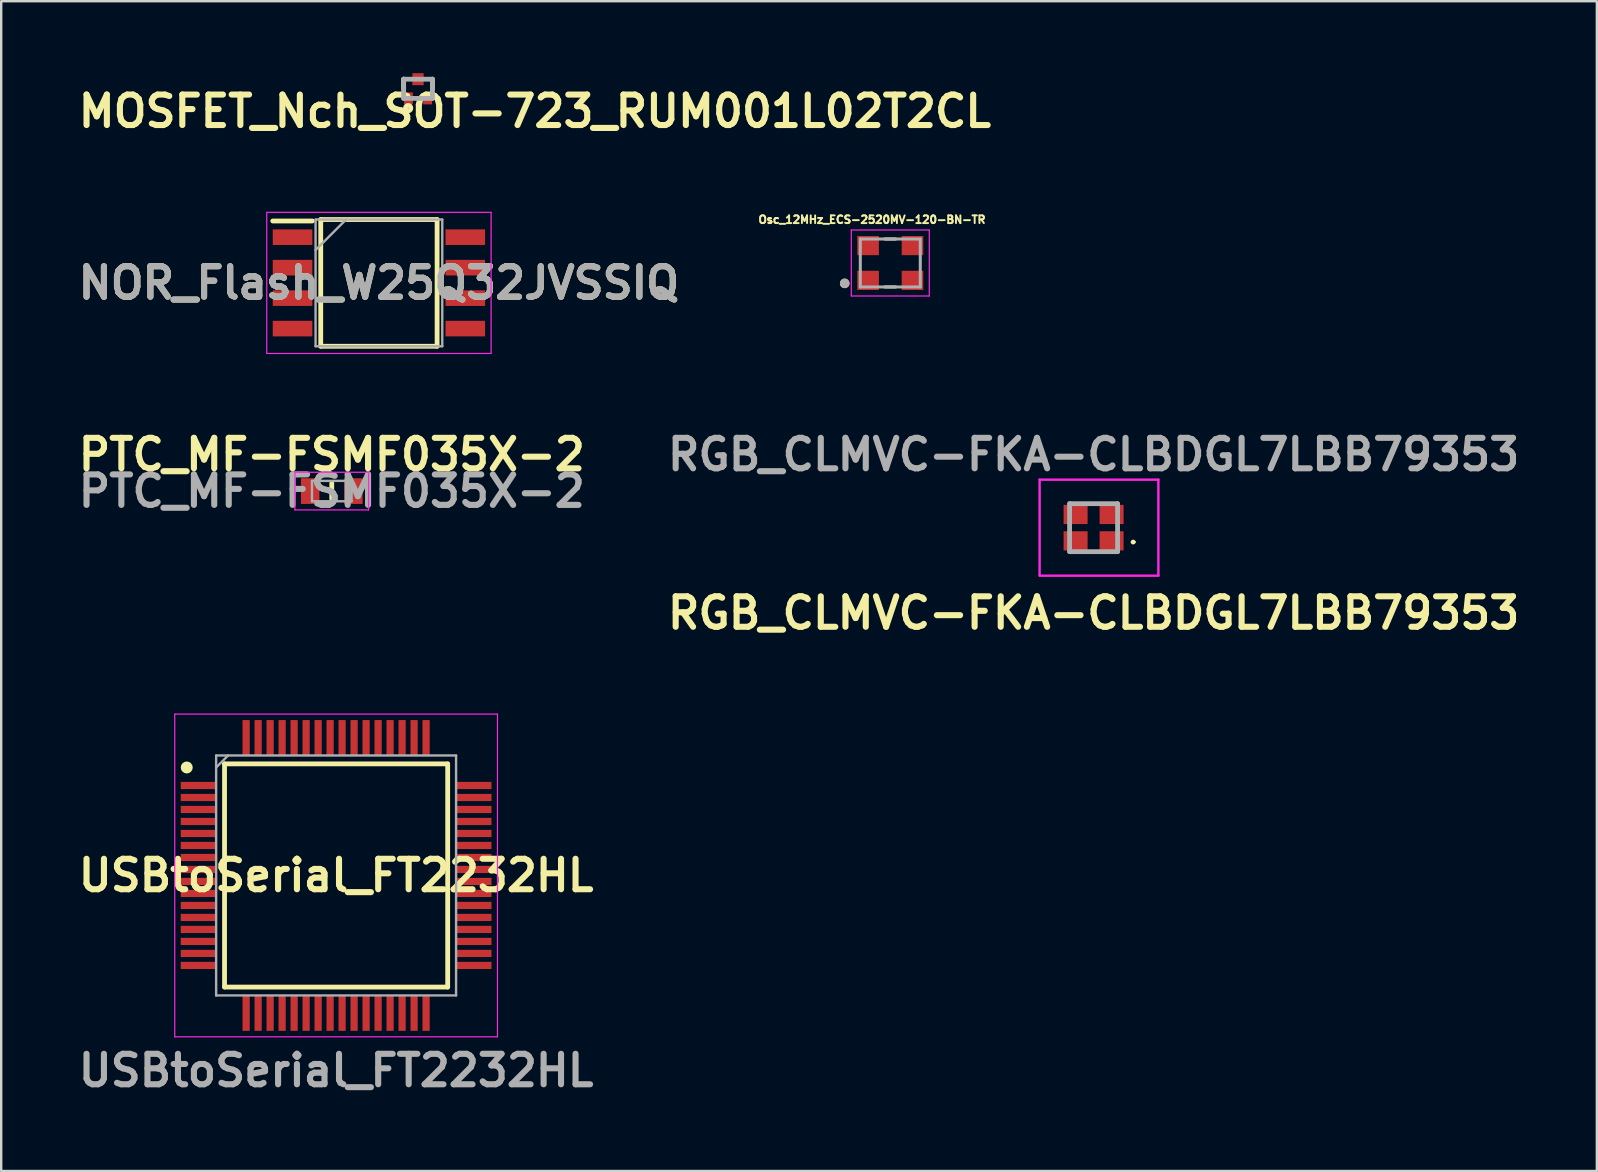
<source format=kicad_pcb>
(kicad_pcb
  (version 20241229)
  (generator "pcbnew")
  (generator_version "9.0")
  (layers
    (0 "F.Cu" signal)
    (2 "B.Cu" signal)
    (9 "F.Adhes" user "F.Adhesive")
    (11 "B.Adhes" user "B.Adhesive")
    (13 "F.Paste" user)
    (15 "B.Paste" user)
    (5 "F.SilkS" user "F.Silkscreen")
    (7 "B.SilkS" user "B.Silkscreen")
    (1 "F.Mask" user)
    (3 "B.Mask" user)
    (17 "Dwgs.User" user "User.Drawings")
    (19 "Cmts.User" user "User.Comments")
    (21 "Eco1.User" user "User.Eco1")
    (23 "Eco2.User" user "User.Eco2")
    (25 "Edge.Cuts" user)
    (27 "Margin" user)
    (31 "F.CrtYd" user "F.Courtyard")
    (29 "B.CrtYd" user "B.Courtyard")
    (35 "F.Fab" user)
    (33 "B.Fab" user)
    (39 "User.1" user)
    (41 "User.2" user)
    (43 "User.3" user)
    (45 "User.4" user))
  (footprint "Osc_12MHz_ECS-2520MV-120-BN-TR"
    (layer "F.Cu")
    (at 34.054 7.91)
    (property "Reference" "Osc_12MHz_ECS-2520MV-120-BN-TR" (at -0.763 -1.807 0) (layer "F.SilkS") (effects (font (size 0.321 0.321) (thickness 0.15))))
    (attr through_hole)
    (fp_line (start -0.221 -1) (end 0.221 -1) (stroke (width 0.127) (type solid)) (layer "F.SilkS"))
    (fp_line (start -0.221 1) (end 0.221 1) (stroke (width 0.127) (type solid)) (layer "F.SilkS"))
    (fp_circle (center -1.9 0.85) (end -1.8 0.85) (stroke (width 0.2) (type solid)) (fill no) (layer "F.SilkS"))
    (fp_line (start -1.625 -1.375) (end 1.625 -1.375) (stroke (width 0.05) (type solid)) (layer "F.CrtYd"))
    (fp_line (start -1.625 1.375) (end -1.625 -1.375) (stroke (width 0.05) (type solid)) (layer "F.CrtYd"))
    (fp_line (start 1.625 -1.375) (end 1.625 1.375) (stroke (width 0.05) (type solid)) (layer "F.CrtYd"))
    (fp_line (start 1.625 1.375) (end -1.625 1.375) (stroke (width 0.05) (type solid)) (layer "F.CrtYd"))
    (fp_line (start -1.25 -1) (end 1.25 -1) (stroke (width 0.127) (type solid)) (layer "F.Fab"))
    (fp_line (start -1.25 1) (end -1.25 -1) (stroke (width 0.127) (type solid)) (layer "F.Fab"))
    (fp_line (start 1.25 -1) (end 1.25 1) (stroke (width 0.127) (type solid)) (layer "F.Fab"))
    (fp_line (start 1.25 1) (end -1.25 1) (stroke (width 0.127) (type solid)) (layer "F.Fab"))
    (fp_circle (center -1.9 0.85) (end -1.8 0.85) (stroke (width 0.2) (type solid)) (fill no) (layer "F.Fab"))
    (pad "1" smd rect (at -0.925 0.725) (size 0.9 0.8) (layers "F.Cu" "F.Mask" "F.Paste"))
    (pad "2" smd rect (at 0.925 0.725) (size 0.9 0.8) (layers "F.Cu" "F.Mask" "F.Paste"))
    (pad "3" smd rect (at 0.925 -0.725) (size 0.9 0.8) (layers "F.Cu" "F.Mask" "F.Paste"))
    (pad "4" smd rect (at -0.925 -0.725) (size 0.9 0.8) (layers "F.Cu" "F.Mask" "F.Paste")))
  (footprint "USBtoSerial_FT2232HL"
    (layer "F.Cu")
    (at 10.958 33.436)
    (property "Reference" "USBtoSerial_FT2232HL" (at 0 0 0) (layer "F.SilkS") (effects (font (size 1.27 1.27) (thickness 0.254))))
    (attr smd)
    (fp_line (start -4.65 -4.65) (end 4.65 -4.65) (stroke (width 0.2) (type solid)) (layer "F.SilkS"))
    (fp_line (start -4.65 4.65) (end -4.65 -4.65) (stroke (width 0.2) (type solid)) (layer "F.SilkS"))
    (fp_line (start 4.65 -4.65) (end 4.65 4.65) (stroke (width 0.2) (type solid)) (layer "F.SilkS"))
    (fp_line (start 4.65 4.65) (end -4.65 4.65) (stroke (width 0.2) (type solid)) (layer "F.SilkS"))
    (fp_circle (center -6.225 -4.5) (end -6.225 -4.375) (stroke (width 0.25) (type solid)) (fill no) (layer "F.SilkS"))
    (fp_line (start -6.725 -6.725) (end 6.725 -6.725) (stroke (width 0.05) (type solid)) (layer "F.CrtYd"))
    (fp_line (start -6.725 6.725) (end -6.725 -6.725) (stroke (width 0.05) (type solid)) (layer "F.CrtYd"))
    (fp_line (start 6.725 -6.725) (end 6.725 6.725) (stroke (width 0.05) (type solid)) (layer "F.CrtYd"))
    (fp_line (start 6.725 6.725) (end -6.725 6.725) (stroke (width 0.05) (type solid)) (layer "F.CrtYd"))
    (fp_line (start -5 -5) (end 5 -5) (stroke (width 0.1) (type solid)) (layer "F.Fab"))
    (fp_line (start -5 -4.5) (end -4.5 -5) (stroke (width 0.1) (type solid)) (layer "F.Fab"))
    (fp_line (start -5 5) (end -5 -5) (stroke (width 0.1) (type solid)) (layer "F.Fab"))
    (fp_line (start 5 -5) (end 5 5) (stroke (width 0.1) (type solid)) (layer "F.Fab"))
    (fp_line (start 5 5) (end -5 5) (stroke (width 0.1) (type solid)) (layer "F.Fab"))
    (fp_text user "${REFERENCE}" (at 0 8.128 0) (layer "F.Fab") (effects (font (size 1.27 1.27) (thickness 0.254))))
    (pad "1" smd rect (at -5.738 -3.75 90) (size 0.3 1.475) (layers "F.Cu" "F.Mask" "F.Paste"))
    (pad "2" smd rect (at -5.738 -3.25 90) (size 0.3 1.475) (layers "F.Cu" "F.Mask" "F.Paste"))
    (pad "3" smd rect (at -5.738 -2.75 90) (size 0.3 1.475) (layers "F.Cu" "F.Mask" "F.Paste"))
    (pad "4" smd rect (at -5.738 -2.25 90) (size 0.3 1.475) (layers "F.Cu" "F.Mask" "F.Paste"))
    (pad "5" smd rect (at -5.738 -1.75 90) (size 0.3 1.475) (layers "F.Cu" "F.Mask" "F.Paste"))
    (pad "6" smd rect (at -5.738 -1.25 90) (size 0.3 1.475) (layers "F.Cu" "F.Mask" "F.Paste"))
    (pad "7" smd rect (at -5.738 -0.75 90) (size 0.3 1.475) (layers "F.Cu" "F.Mask" "F.Paste"))
    (pad "8" smd rect (at -5.738 -0.25 90) (size 0.3 1.475) (layers "F.Cu" "F.Mask" "F.Paste"))
    (pad "9" smd rect (at -5.738 0.25 90) (size 0.3 1.475) (layers "F.Cu" "F.Mask" "F.Paste"))
    (pad "10" smd rect (at -5.738 0.75 90) (size 0.3 1.475) (layers "F.Cu" "F.Mask" "F.Paste"))
    (pad "11" smd rect (at -5.738 1.25 90) (size 0.3 1.475) (layers "F.Cu" "F.Mask" "F.Paste"))
    (pad "12" smd rect (at -5.738 1.75 90) (size 0.3 1.475) (layers "F.Cu" "F.Mask" "F.Paste"))
    (pad "13" smd rect (at -5.738 2.25 90) (size 0.3 1.475) (layers "F.Cu" "F.Mask" "F.Paste"))
    (pad "14" smd rect (at -5.738 2.75 90) (size 0.3 1.475) (layers "F.Cu" "F.Mask" "F.Paste"))
    (pad "15" smd rect (at -5.738 3.25 90) (size 0.3 1.475) (layers "F.Cu" "F.Mask" "F.Paste"))
    (pad "16" smd rect (at -5.738 3.75 90) (size 0.3 1.475) (layers "F.Cu" "F.Mask" "F.Paste"))
    (pad "17" smd rect (at -3.75 5.738) (size 0.3 1.475) (layers "F.Cu" "F.Mask" "F.Paste"))
    (pad "18" smd rect (at -3.25 5.738) (size 0.3 1.475) (layers "F.Cu" "F.Mask" "F.Paste"))
    (pad "19" smd rect (at -2.75 5.738) (size 0.3 1.475) (layers "F.Cu" "F.Mask" "F.Paste"))
    (pad "20" smd rect (at -2.25 5.738) (size 0.3 1.475) (layers "F.Cu" "F.Mask" "F.Paste"))
    (pad "21" smd rect (at -1.75 5.738) (size 0.3 1.475) (layers "F.Cu" "F.Mask" "F.Paste"))
    (pad "22" smd rect (at -1.25 5.738) (size 0.3 1.475) (layers "F.Cu" "F.Mask" "F.Paste"))
    (pad "23" smd rect (at -0.75 5.738) (size 0.3 1.475) (layers "F.Cu" "F.Mask" "F.Paste"))
    (pad "24" smd rect (at -0.25 5.738) (size 0.3 1.475) (layers "F.Cu" "F.Mask" "F.Paste"))
    (pad "25" smd rect (at 0.25 5.738) (size 0.3 1.475) (layers "F.Cu" "F.Mask" "F.Paste"))
    (pad "26" smd rect (at 0.75 5.738) (size 0.3 1.475) (layers "F.Cu" "F.Mask" "F.Paste"))
    (pad "27" smd rect (at 1.25 5.738) (size 0.3 1.475) (layers "F.Cu" "F.Mask" "F.Paste"))
    (pad "28" smd rect (at 1.75 5.738) (size 0.3 1.475) (layers "F.Cu" "F.Mask" "F.Paste"))
    (pad "29" smd rect (at 2.25 5.738) (size 0.3 1.475) (layers "F.Cu" "F.Mask" "F.Paste"))
    (pad "30" smd rect (at 2.75 5.738) (size 0.3 1.475) (layers "F.Cu" "F.Mask" "F.Paste"))
    (pad "31" smd rect (at 3.25 5.738) (size 0.3 1.475) (layers "F.Cu" "F.Mask" "F.Paste"))
    (pad "32" smd rect (at 3.75 5.738) (size 0.3 1.475) (layers "F.Cu" "F.Mask" "F.Paste"))
    (pad "33" smd rect (at 5.738 3.75 90) (size 0.3 1.475) (layers "F.Cu" "F.Mask" "F.Paste"))
    (pad "34" smd rect (at 5.738 3.25 90) (size 0.3 1.475) (layers "F.Cu" "F.Mask" "F.Paste"))
    (pad "35" smd rect (at 5.738 2.75 90) (size 0.3 1.475) (layers "F.Cu" "F.Mask" "F.Paste"))
    (pad "36" smd rect (at 5.738 2.25 90) (size 0.3 1.475) (layers "F.Cu" "F.Mask" "F.Paste"))
    (pad "37" smd rect (at 5.738 1.75 90) (size 0.3 1.475) (layers "F.Cu" "F.Mask" "F.Paste"))
    (pad "38" smd rect (at 5.738 1.25 90) (size 0.3 1.475) (layers "F.Cu" "F.Mask" "F.Paste"))
    (pad "39" smd rect (at 5.738 0.75 90) (size 0.3 1.475) (layers "F.Cu" "F.Mask" "F.Paste"))
    (pad "40" smd rect (at 5.738 0.25 90) (size 0.3 1.475) (layers "F.Cu" "F.Mask" "F.Paste"))
    (pad "41" smd rect (at 5.738 -0.25 90) (size 0.3 1.475) (layers "F.Cu" "F.Mask" "F.Paste"))
    (pad "42" smd rect (at 5.738 -0.75 90) (size 0.3 1.475) (layers "F.Cu" "F.Mask" "F.Paste"))
    (pad "43" smd rect (at 5.738 -1.25 90) (size 0.3 1.475) (layers "F.Cu" "F.Mask" "F.Paste"))
    (pad "44" smd rect (at 5.738 -1.75 90) (size 0.3 1.475) (layers "F.Cu" "F.Mask" "F.Paste"))
    (pad "45" smd rect (at 5.738 -2.25 90) (size 0.3 1.475) (layers "F.Cu" "F.Mask" "F.Paste"))
    (pad "46" smd rect (at 5.738 -2.75 90) (size 0.3 1.475) (layers "F.Cu" "F.Mask" "F.Paste"))
    (pad "47" smd rect (at 5.738 -3.25 90) (size 0.3 1.475) (layers "F.Cu" "F.Mask" "F.Paste"))
    (pad "48" smd rect (at 5.738 -3.75 90) (size 0.3 1.475) (layers "F.Cu" "F.Mask" "F.Paste"))
    (pad "49" smd rect (at 3.75 -5.738) (size 0.3 1.475) (layers "F.Cu" "F.Mask" "F.Paste"))
    (pad "50" smd rect (at 3.25 -5.738) (size 0.3 1.475) (layers "F.Cu" "F.Mask" "F.Paste"))
    (pad "51" smd rect (at 2.75 -5.738) (size 0.3 1.475) (layers "F.Cu" "F.Mask" "F.Paste"))
    (pad "52" smd rect (at 2.25 -5.738) (size 0.3 1.475) (layers "F.Cu" "F.Mask" "F.Paste"))
    (pad "53" smd rect (at 1.75 -5.738) (size 0.3 1.475) (layers "F.Cu" "F.Mask" "F.Paste"))
    (pad "54" smd rect (at 1.25 -5.738) (size 0.3 1.475) (layers "F.Cu" "F.Mask" "F.Paste"))
    (pad "55" smd rect (at 0.75 -5.738) (size 0.3 1.475) (layers "F.Cu" "F.Mask" "F.Paste"))
    (pad "56" smd rect (at 0.25 -5.738) (size 0.3 1.475) (layers "F.Cu" "F.Mask" "F.Paste"))
    (pad "57" smd rect (at -0.25 -5.738) (size 0.3 1.475) (layers "F.Cu" "F.Mask" "F.Paste"))
    (pad "58" smd rect (at -0.75 -5.738) (size 0.3 1.475) (layers "F.Cu" "F.Mask" "F.Paste"))
    (pad "59" smd rect (at -1.25 -5.738) (size 0.3 1.475) (layers "F.Cu" "F.Mask" "F.Paste"))
    (pad "60" smd rect (at -1.75 -5.738) (size 0.3 1.475) (layers "F.Cu" "F.Mask" "F.Paste"))
    (pad "61" smd rect (at -2.25 -5.738) (size 0.3 1.475) (layers "F.Cu" "F.Mask" "F.Paste"))
    (pad "62" smd rect (at -2.75 -5.738) (size 0.3 1.475) (layers "F.Cu" "F.Mask" "F.Paste"))
    (pad "63" smd rect (at -3.25 -5.738) (size 0.3 1.475) (layers "F.Cu" "F.Mask" "F.Paste"))
    (pad "64" smd rect (at -3.75 -5.738) (size 0.3 1.475) (layers "F.Cu" "F.Mask" "F.Paste")))
  (footprint "RGB_CLMVC-FKA-CLBDGL7LBB79353"
    (layer "F.Cu")
    (at 42.527 18.941)
    (property "Reference" "RGB_CLMVC-FKA-CLBDGL7LBB79353" (at 0 3.556 0) (layer "F.SilkS") (effects (font (size 1.27 1.27) (thickness 0.254))))
    (attr smd)
    (fp_line (start 1.6 0.6) (end 1.6 0.6) (stroke (width 0.1) (type solid)) (layer "F.SilkS"))
    (fp_line (start 1.7 0.6) (end 1.7 0.6) (stroke (width 0.1) (type solid)) (layer "F.SilkS"))
    (fp_arc (start 1.6 0.6) (mid 1.65 0.55) (end 1.7 0.6) (stroke (width 0.1) (type solid)) (layer "F.SilkS"))
    (fp_arc (start 1.7 0.6) (mid 1.65 0.65) (end 1.6 0.6) (stroke (width 0.1) (type solid)) (layer "F.SilkS"))
    (fp_line (start -2.25 -2) (end 2.7 -2) (stroke (width 0.1) (type solid)) (layer "F.CrtYd"))
    (fp_line (start -2.25 2) (end -2.25 -2) (stroke (width 0.1) (type solid)) (layer "F.CrtYd"))
    (fp_line (start 2.7 -2) (end 2.7 2) (stroke (width 0.1) (type solid)) (layer "F.CrtYd"))
    (fp_line (start 2.7 2) (end -2.25 2) (stroke (width 0.1) (type solid)) (layer "F.CrtYd"))
    (fp_line (start -1 -1) (end 1 -1) (stroke (width 0.2) (type solid)) (layer "F.Fab"))
    (fp_line (start -1 1) (end -1 -1) (stroke (width 0.2) (type solid)) (layer "F.Fab"))
    (fp_line (start 1 -1) (end 1 1) (stroke (width 0.2) (type solid)) (layer "F.Fab"))
    (fp_line (start 1 1) (end -1 1) (stroke (width 0.2) (type solid)) (layer "F.Fab"))
    (fp_text user "${REFERENCE}" (at 0 -3.048 0) (layer "F.Fab") (effects (font (size 1.27 1.27) (thickness 0.254))))
    (pad "1" smd rect (at 0.75 0.55 90) (size 0.8 1) (layers "F.Cu" "F.Mask" "F.Paste"))
    (pad "2" smd rect (at -0.75 0.55 90) (size 0.8 1) (layers "F.Cu" "F.Mask" "F.Paste"))
    (pad "3" smd rect (at -0.75 -0.55 90) (size 0.8 1) (layers "F.Cu" "F.Mask" "F.Paste"))
    (pad "4" smd rect (at 0.75 -0.55 90) (size 0.8 1) (layers "F.Cu" "F.Mask" "F.Paste")))
  (footprint "NOR_Flash_W25Q32JVSSIQ"
    (layer "F.Cu")
    (at 12.742 8.74)
    (property "Reference" "NOR_Flash_W25Q32JVSSIQ" (at 0 0 0) (layer "F.SilkS") (effects (font (size 1.27 1.27) (thickness 0.254))))
    (attr smd)
    (fp_line (start -4.425 -2.58) (end -2.775 -2.58) (stroke (width 0.2) (type solid)) (layer "F.SilkS"))
    (fp_line (start -2.425 -2.64) (end 2.425 -2.64) (stroke (width 0.2) (type solid)) (layer "F.SilkS"))
    (fp_line (start -2.425 2.64) (end -2.425 -2.64) (stroke (width 0.2) (type solid)) (layer "F.SilkS"))
    (fp_line (start 2.425 -2.64) (end 2.425 2.64) (stroke (width 0.2) (type solid)) (layer "F.SilkS"))
    (fp_line (start 2.425 2.64) (end -2.425 2.64) (stroke (width 0.2) (type solid)) (layer "F.SilkS"))
    (fp_line (start -4.675 -2.94) (end 4.675 -2.94) (stroke (width 0.05) (type solid)) (layer "F.CrtYd"))
    (fp_line (start -4.675 2.94) (end -4.675 -2.94) (stroke (width 0.05) (type solid)) (layer "F.CrtYd"))
    (fp_line (start 4.675 -2.94) (end 4.675 2.94) (stroke (width 0.05) (type solid)) (layer "F.CrtYd"))
    (fp_line (start 4.675 2.94) (end -4.675 2.94) (stroke (width 0.05) (type solid)) (layer "F.CrtYd"))
    (fp_line (start -2.64 -2.64) (end 2.64 -2.64) (stroke (width 0.1) (type solid)) (layer "F.Fab"))
    (fp_line (start -2.64 -1.37) (end -1.37 -2.64) (stroke (width 0.1) (type solid)) (layer "F.Fab"))
    (fp_line (start -2.64 2.64) (end -2.64 -2.64) (stroke (width 0.1) (type solid)) (layer "F.Fab"))
    (fp_line (start 2.64 -2.64) (end 2.64 2.64) (stroke (width 0.1) (type solid)) (layer "F.Fab"))
    (fp_line (start 2.64 2.64) (end -2.64 2.64) (stroke (width 0.1) (type solid)) (layer "F.Fab"))
    (fp_text user "${REFERENCE}" (at 0 0 0) (layer "F.Fab") (effects (font (size 1.27 1.27) (thickness 0.254))))
    (pad "1" smd rect (at -3.6 -1.905 90) (size 0.65 1.65) (layers "F.Cu" "F.Mask" "F.Paste"))
    (pad "2" smd rect (at -3.6 -0.635 90) (size 0.65 1.65) (layers "F.Cu" "F.Mask" "F.Paste"))
    (pad "3" smd rect (at -3.6 0.635 90) (size 0.65 1.65) (layers "F.Cu" "F.Mask" "F.Paste"))
    (pad "4" smd rect (at -3.6 1.905 90) (size 0.65 1.65) (layers "F.Cu" "F.Mask" "F.Paste"))
    (pad "5" smd rect (at 3.6 1.905 90) (size 0.65 1.65) (layers "F.Cu" "F.Mask" "F.Paste"))
    (pad "6" smd rect (at 3.6 0.635 90) (size 0.65 1.65) (layers "F.Cu" "F.Mask" "F.Paste"))
    (pad "7" smd rect (at 3.6 -0.635 90) (size 0.65 1.65) (layers "F.Cu" "F.Mask" "F.Paste"))
    (pad "8" smd rect (at 3.6 -1.905 90) (size 0.65 1.65) (layers "F.Cu" "F.Mask" "F.Paste")))
  (footprint "PTC_MF-FSMF035X-2"
    (layer "F.Cu")
    (at 10.777 17.417)
    (property "Reference" "PTC_MF-FSMF035X-2" (at 0 -1.524 0) (layer "F.SilkS") (effects (font (size 1.27 1.27) (thickness 0.254))))
    (attr smd)
    (fp_line (start 0 -0.325) (end 0 0.325) (stroke (width 0.2) (type solid)) (layer "F.SilkS"))
    (fp_line (start -1.535 -0.785) (end 1.535 -0.785) (stroke (width 0.05) (type solid)) (layer "F.CrtYd"))
    (fp_line (start -1.535 0.785) (end -1.535 -0.785) (stroke (width 0.05) (type solid)) (layer "F.CrtYd"))
    (fp_line (start 1.535 -0.785) (end 1.535 0.785) (stroke (width 0.05) (type solid)) (layer "F.CrtYd"))
    (fp_line (start 1.535 0.785) (end -1.535 0.785) (stroke (width 0.05) (type solid)) (layer "F.CrtYd"))
    (fp_line (start -0.825 -0.425) (end 0.825 -0.425) (stroke (width 0.1) (type solid)) (layer "F.Fab"))
    (fp_line (start -0.825 0.425) (end -0.825 -0.425) (stroke (width 0.1) (type solid)) (layer "F.Fab"))
    (fp_line (start 0.825 -0.425) (end 0.825 0.425) (stroke (width 0.1) (type solid)) (layer "F.Fab"))
    (fp_line (start 0.825 0.425) (end -0.825 0.425) (stroke (width 0.1) (type solid)) (layer "F.Fab"))
    (fp_text user "${REFERENCE}" (at 0 0 0) (layer "F.Fab") (effects (font (size 1.27 1.27) (thickness 0.254))))
    (pad "1" smd rect (at -0.9 0) (size 0.77 1.07) (layers "F.Cu" "F.Mask" "F.Paste"))
    (pad "2" smd rect (at 0.9 0) (size 0.77 1.07) (layers "F.Cu" "F.Mask" "F.Paste")))
  (footprint "MOSFET_Nch_SOT-723_RUM001L02T2CL"
    (layer "F.Cu")
    (at 14.372 0.65)
    (property "Reference" "MOSFET_Nch_SOT-723_RUM001L02T2CL" (at 4.872 0.936 0) (layer "F.SilkS") (effects (font (size 1.27 1.27) (thickness 0.254))))
    (attr smd)
    (fp_line (start -0.6 -0.4) (end -0.6 0) (stroke (width 0.2) (type solid)) (layer "F.SilkS"))
    (fp_line (start 0.6 -0.4) (end 0.6 0) (stroke (width 0.2) (type solid)) (layer "F.SilkS"))
    (fp_circle (center -0.411 0.806) (end -0.411 0.818) (stroke (width 0.2) (type solid)) (fill no) (layer "F.SilkS"))
    (fp_line (start -0.6 -0.4) (end -0.6 0.4) (stroke (width 0.2) (type solid)) (layer "F.Fab"))
    (fp_line (start -0.6 0.4) (end 0.6 0.4) (stroke (width 0.2) (type solid)) (layer "F.Fab"))
    (fp_line (start 0.6 -0.4) (end -0.6 -0.4) (stroke (width 0.2) (type solid)) (layer "F.Fab"))
    (fp_line (start 0.6 0.4) (end 0.6 -0.4) (stroke (width 0.2) (type solid)) (layer "F.Fab"))
    (pad "1" smd rect (at -0.4 0.4) (size 0.37 0.5) (layers "F.Cu" "F.Mask" "F.Paste"))
    (pad "2" smd rect (at 0.4 0.4) (size 0.37 0.5) (layers "F.Cu" "F.Mask" "F.Paste"))
    (pad "3" smd rect (at 0 -0.4) (size 0.47 0.5) (layers "F.Cu" "F.Mask" "F.Paste")))
  (gr_rect
    (start -3 -3)
    (end 63.501 45.753)
    (stroke (width 0.1) (type default))
    (fill no)
    (layer "Edge.Cuts")))
</source>
